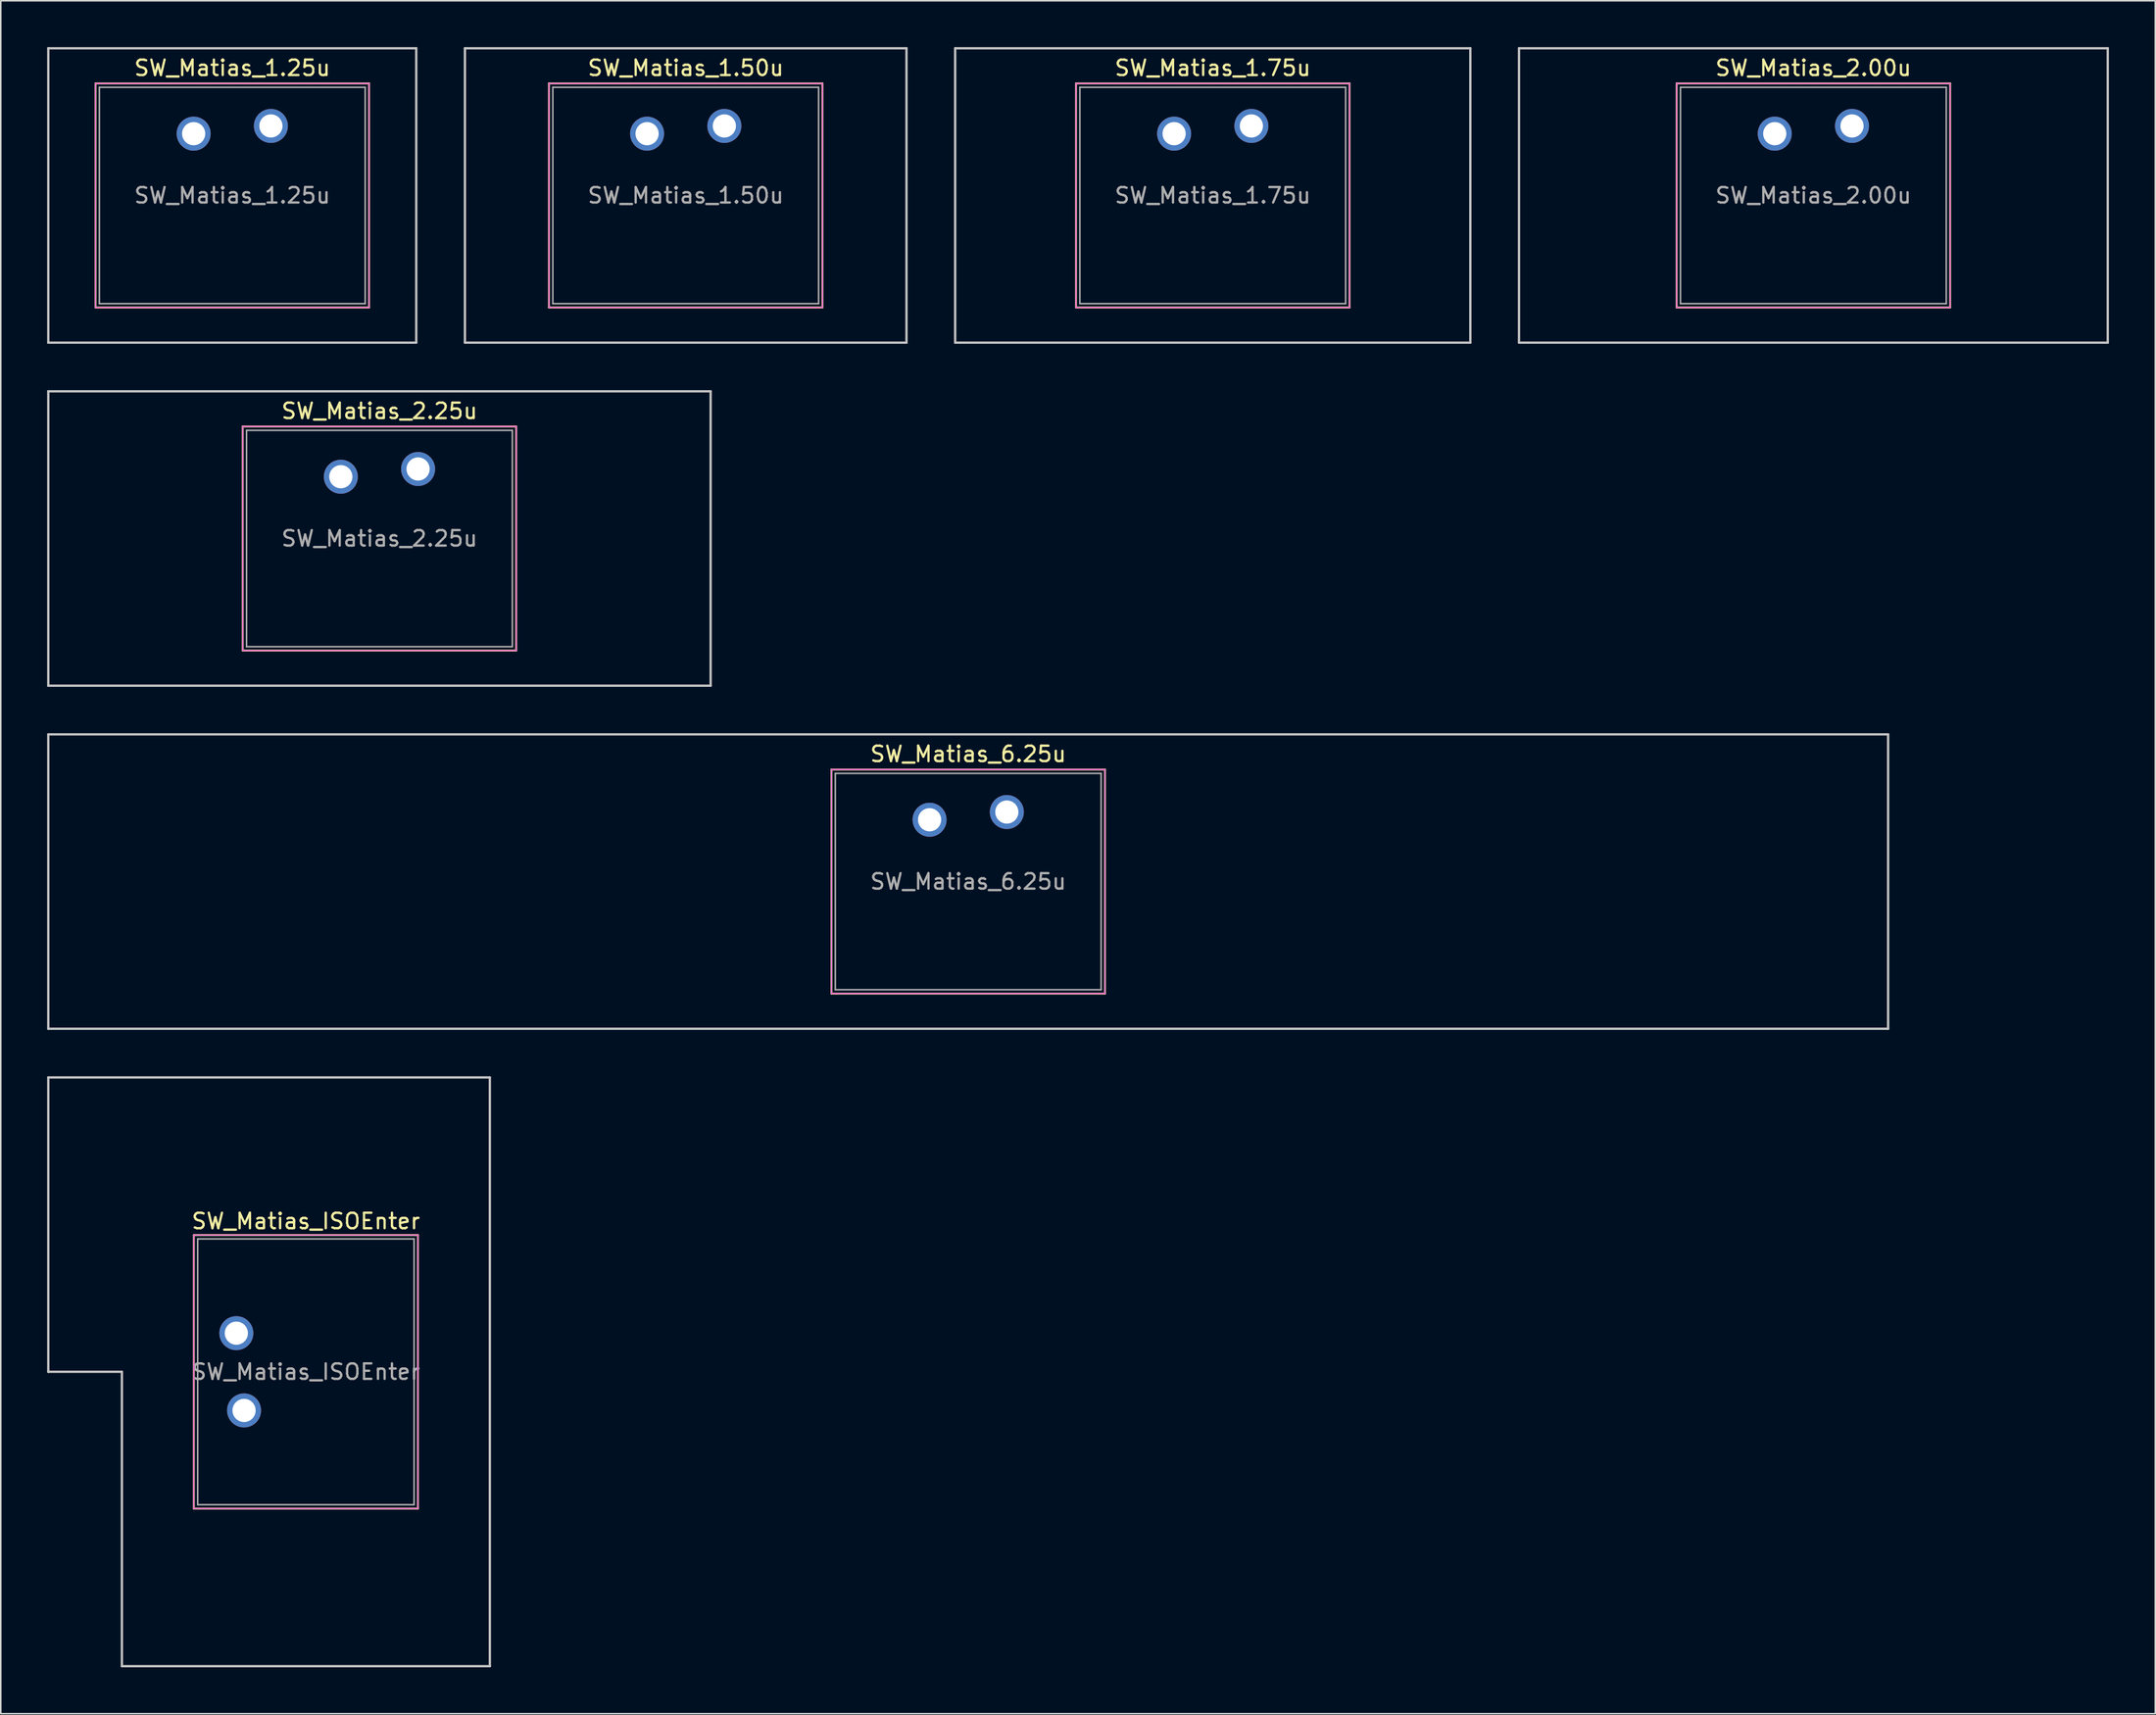
<source format=kicad_pcb>
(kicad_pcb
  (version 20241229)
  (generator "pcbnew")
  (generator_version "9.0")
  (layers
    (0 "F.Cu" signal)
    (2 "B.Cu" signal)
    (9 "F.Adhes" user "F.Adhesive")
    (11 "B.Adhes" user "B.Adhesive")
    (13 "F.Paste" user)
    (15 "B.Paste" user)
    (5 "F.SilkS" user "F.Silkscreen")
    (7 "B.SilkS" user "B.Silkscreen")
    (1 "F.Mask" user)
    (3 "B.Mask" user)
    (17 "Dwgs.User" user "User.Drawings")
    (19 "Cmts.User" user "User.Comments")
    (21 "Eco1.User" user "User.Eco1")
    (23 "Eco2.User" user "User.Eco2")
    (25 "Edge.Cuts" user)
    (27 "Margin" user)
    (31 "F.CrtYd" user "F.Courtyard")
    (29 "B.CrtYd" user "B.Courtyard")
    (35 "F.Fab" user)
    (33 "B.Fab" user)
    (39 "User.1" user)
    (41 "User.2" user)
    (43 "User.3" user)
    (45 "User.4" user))
  (footprint "SW_Matias_2.00u"
    (layer "F.Cu")
    (at 116.8 5.1)
    (property "Reference" "SW_Matias_2.00u" (at -2.5 -3.75 0) (layer "F.SilkS") (effects (font (size 1 1) (thickness 0.15))))
    (attr through_hole)
    (fp_line (start -11.35 -2.75) (end 6.35 -2.75) (stroke (width 0.12) (type solid)) (layer "F.SilkS"))
    (fp_line (start -11.35 11.75) (end -11.35 -2.75) (stroke (width 0.12) (type solid)) (layer "F.SilkS"))
    (fp_line (start 6.35 -2.75) (end 6.35 11.75) (stroke (width 0.12) (type solid)) (layer "F.SilkS"))
    (fp_line (start 6.35 11.75) (end -11.35 11.75) (stroke (width 0.12) (type solid)) (layer "F.SilkS"))
    (fp_line (start -21.55 -5.025) (end 16.55 -5.025) (stroke (width 0.15) (type solid)) (layer "Dwgs.User"))
    (fp_line (start -21.55 14.025) (end -21.55 -5.025) (stroke (width 0.15) (type solid)) (layer "Dwgs.User"))
    (fp_line (start 16.55 -5.025) (end 16.55 14.025) (stroke (width 0.15) (type solid)) (layer "Dwgs.User"))
    (fp_line (start 16.55 14.025) (end -21.55 14.025) (stroke (width 0.15) (type solid)) (layer "Dwgs.User"))
    (fp_line (start -11.35 -2.75) (end -11.35 11.75) (stroke (width 0.05) (type solid)) (layer "F.CrtYd"))
    (fp_line (start -11.35 -2.75) (end 6.35 -2.75) (stroke (width 0.05) (type solid)) (layer "F.CrtYd"))
    (fp_line (start -11.35 11.75) (end 6.35 11.75) (stroke (width 0.05) (type solid)) (layer "F.CrtYd"))
    (fp_line (start 6.35 11.75) (end 6.35 -2.75) (stroke (width 0.05) (type solid)) (layer "F.CrtYd"))
    (fp_line (start -11.1 -2.5) (end 6.1 -2.5) (stroke (width 0.1) (type solid)) (layer "F.Fab"))
    (fp_line (start -11.1 11.5) (end -11.1 -2.5) (stroke (width 0.1) (type solid)) (layer "F.Fab"))
    (fp_line (start 6.1 -2.5) (end 6.1 11.5) (stroke (width 0.1) (type solid)) (layer "F.Fab"))
    (fp_line (start 6.1 11.5) (end -11.1 11.5) (stroke (width 0.1) (type solid)) (layer "F.Fab"))
    (fp_text user "${REFERENCE}" (at -2.5 4.5 0) (layer "F.Fab") (effects (font (size 1 1) (thickness 0.15))))
    (pad "1" thru_hole circle (at 0 0) (size 2.2 2.2) (drill 1.5) (layers "*.Cu" "*.Mask"))
    (pad "2" thru_hole circle (at -5 0.5) (size 2.2 2.2) (drill 1.5) (layers "*.Cu" "*.Mask")))
  (footprint "SW_Matias_1.75u"
    (layer "F.Cu")
    (at 77.931 5.1)
    (property "Reference" "SW_Matias_1.75u" (at -2.5 -3.75 0) (layer "F.SilkS") (effects (font (size 1 1) (thickness 0.15))))
    (attr through_hole)
    (fp_line (start -11.35 -2.75) (end 6.35 -2.75) (stroke (width 0.12) (type solid)) (layer "F.SilkS"))
    (fp_line (start -11.35 11.75) (end -11.35 -2.75) (stroke (width 0.12) (type solid)) (layer "F.SilkS"))
    (fp_line (start 6.35 -2.75) (end 6.35 11.75) (stroke (width 0.12) (type solid)) (layer "F.SilkS"))
    (fp_line (start 6.35 11.75) (end -11.35 11.75) (stroke (width 0.12) (type solid)) (layer "F.SilkS"))
    (fp_line (start -19.169 -5.025) (end 14.169 -5.025) (stroke (width 0.15) (type solid)) (layer "Dwgs.User"))
    (fp_line (start -19.169 14.025) (end -19.169 -5.025) (stroke (width 0.15) (type solid)) (layer "Dwgs.User"))
    (fp_line (start 14.169 -5.025) (end 14.169 14.025) (stroke (width 0.15) (type solid)) (layer "Dwgs.User"))
    (fp_line (start 14.169 14.025) (end -19.169 14.025) (stroke (width 0.15) (type solid)) (layer "Dwgs.User"))
    (fp_line (start -11.35 -2.75) (end -11.35 11.75) (stroke (width 0.05) (type solid)) (layer "F.CrtYd"))
    (fp_line (start -11.35 -2.75) (end 6.35 -2.75) (stroke (width 0.05) (type solid)) (layer "F.CrtYd"))
    (fp_line (start -11.35 11.75) (end 6.35 11.75) (stroke (width 0.05) (type solid)) (layer "F.CrtYd"))
    (fp_line (start 6.35 11.75) (end 6.35 -2.75) (stroke (width 0.05) (type solid)) (layer "F.CrtYd"))
    (fp_line (start -11.1 -2.5) (end 6.1 -2.5) (stroke (width 0.1) (type solid)) (layer "F.Fab"))
    (fp_line (start -11.1 11.5) (end -11.1 -2.5) (stroke (width 0.1) (type solid)) (layer "F.Fab"))
    (fp_line (start 6.1 -2.5) (end 6.1 11.5) (stroke (width 0.1) (type solid)) (layer "F.Fab"))
    (fp_line (start 6.1 11.5) (end -11.1 11.5) (stroke (width 0.1) (type solid)) (layer "F.Fab"))
    (fp_text user "${REFERENCE}" (at -2.5 4.5 0) (layer "F.Fab") (effects (font (size 1 1) (thickness 0.15))))
    (pad "1" thru_hole circle (at 0 0) (size 2.2 2.2) (drill 1.5) (layers "*.Cu" "*.Mask"))
    (pad "2" thru_hole circle (at -5 0.5) (size 2.2 2.2) (drill 1.5) (layers "*.Cu" "*.Mask")))
  (footprint "SW_Matias_1.50u"
    (layer "F.Cu")
    (at 43.825 5.1)
    (property "Reference" "SW_Matias_1.50u" (at -2.5 -3.75 0) (layer "F.SilkS") (effects (font (size 1 1) (thickness 0.15))))
    (attr through_hole)
    (fp_line (start -11.35 -2.75) (end 6.35 -2.75) (stroke (width 0.12) (type solid)) (layer "F.SilkS"))
    (fp_line (start -11.35 11.75) (end -11.35 -2.75) (stroke (width 0.12) (type solid)) (layer "F.SilkS"))
    (fp_line (start 6.35 -2.75) (end 6.35 11.75) (stroke (width 0.12) (type solid)) (layer "F.SilkS"))
    (fp_line (start 6.35 11.75) (end -11.35 11.75) (stroke (width 0.12) (type solid)) (layer "F.SilkS"))
    (fp_line (start -16.788 -5.025) (end 11.787 -5.025) (stroke (width 0.15) (type solid)) (layer "Dwgs.User"))
    (fp_line (start -16.788 14.025) (end -16.788 -5.025) (stroke (width 0.15) (type solid)) (layer "Dwgs.User"))
    (fp_line (start 11.787 -5.025) (end 11.787 14.025) (stroke (width 0.15) (type solid)) (layer "Dwgs.User"))
    (fp_line (start 11.787 14.025) (end -16.788 14.025) (stroke (width 0.15) (type solid)) (layer "Dwgs.User"))
    (fp_line (start -11.35 -2.75) (end -11.35 11.75) (stroke (width 0.05) (type solid)) (layer "F.CrtYd"))
    (fp_line (start -11.35 -2.75) (end 6.35 -2.75) (stroke (width 0.05) (type solid)) (layer "F.CrtYd"))
    (fp_line (start -11.35 11.75) (end 6.35 11.75) (stroke (width 0.05) (type solid)) (layer "F.CrtYd"))
    (fp_line (start 6.35 11.75) (end 6.35 -2.75) (stroke (width 0.05) (type solid)) (layer "F.CrtYd"))
    (fp_line (start -11.1 -2.5) (end 6.1 -2.5) (stroke (width 0.1) (type solid)) (layer "F.Fab"))
    (fp_line (start -11.1 11.5) (end -11.1 -2.5) (stroke (width 0.1) (type solid)) (layer "F.Fab"))
    (fp_line (start 6.1 -2.5) (end 6.1 11.5) (stroke (width 0.1) (type solid)) (layer "F.Fab"))
    (fp_line (start 6.1 11.5) (end -11.1 11.5) (stroke (width 0.1) (type solid)) (layer "F.Fab"))
    (fp_text user "${REFERENCE}" (at -2.5 4.5 0) (layer "F.Fab") (effects (font (size 1 1) (thickness 0.15))))
    (pad "1" thru_hole circle (at 0 0) (size 2.2 2.2) (drill 1.5) (layers "*.Cu" "*.Mask"))
    (pad "2" thru_hole circle (at -5 0.5) (size 2.2 2.2) (drill 1.5) (layers "*.Cu" "*.Mask")))
  (footprint "SW_Matias_6.25u"
    (layer "F.Cu")
    (at 62.106 49.5)
    (property "Reference" "SW_Matias_6.25u" (at -2.5 -3.75 0) (layer "F.SilkS") (effects (font (size 1 1) (thickness 0.15))))
    (attr through_hole)
    (fp_line (start -11.35 -2.75) (end 6.35 -2.75) (stroke (width 0.12) (type solid)) (layer "F.SilkS"))
    (fp_line (start -11.35 11.75) (end -11.35 -2.75) (stroke (width 0.12) (type solid)) (layer "F.SilkS"))
    (fp_line (start 6.35 -2.75) (end 6.35 11.75) (stroke (width 0.12) (type solid)) (layer "F.SilkS"))
    (fp_line (start 6.35 11.75) (end -11.35 11.75) (stroke (width 0.12) (type solid)) (layer "F.SilkS"))
    (fp_line (start -62.031 -5.025) (end 57.031 -5.025) (stroke (width 0.15) (type solid)) (layer "Dwgs.User"))
    (fp_line (start -62.031 14.025) (end -62.031 -5.025) (stroke (width 0.15) (type solid)) (layer "Dwgs.User"))
    (fp_line (start 57.031 -5.025) (end 57.031 14.025) (stroke (width 0.15) (type solid)) (layer "Dwgs.User"))
    (fp_line (start 57.031 14.025) (end -62.031 14.025) (stroke (width 0.15) (type solid)) (layer "Dwgs.User"))
    (fp_line (start -11.35 -2.75) (end -11.35 11.75) (stroke (width 0.05) (type solid)) (layer "F.CrtYd"))
    (fp_line (start -11.35 -2.75) (end 6.35 -2.75) (stroke (width 0.05) (type solid)) (layer "F.CrtYd"))
    (fp_line (start -11.35 11.75) (end 6.35 11.75) (stroke (width 0.05) (type solid)) (layer "F.CrtYd"))
    (fp_line (start 6.35 11.75) (end 6.35 -2.75) (stroke (width 0.05) (type solid)) (layer "F.CrtYd"))
    (fp_line (start -11.1 -2.5) (end 6.1 -2.5) (stroke (width 0.1) (type solid)) (layer "F.Fab"))
    (fp_line (start -11.1 11.5) (end -11.1 -2.5) (stroke (width 0.1) (type solid)) (layer "F.Fab"))
    (fp_line (start 6.1 -2.5) (end 6.1 11.5) (stroke (width 0.1) (type solid)) (layer "F.Fab"))
    (fp_line (start 6.1 11.5) (end -11.1 11.5) (stroke (width 0.1) (type solid)) (layer "F.Fab"))
    (fp_text user "${REFERENCE}" (at -2.5 4.5 0) (layer "F.Fab") (effects (font (size 1 1) (thickness 0.15))))
    (pad "1" thru_hole circle (at 0 0) (size 2.2 2.2) (drill 1.5) (layers "*.Cu" "*.Mask"))
    (pad "2" thru_hole circle (at -5 0.5) (size 2.2 2.2) (drill 1.5) (layers "*.Cu" "*.Mask")))
  (footprint "SW_Matias_ISOEnter"
    (layer "F.Cu")
    (at 12.244 83.225)
    (property "Reference" "SW_Matias_ISOEnter" (at 4.5 -7.25 0) (layer "F.SilkS") (effects (font (size 1 1) (thickness 0.15))))
    (attr through_hole)
    (fp_line (start -2.75 -6.35) (end 11.75 -6.35) (stroke (width 0.12) (type solid)) (layer "F.SilkS"))
    (fp_line (start -2.75 11.35) (end -2.75 -6.35) (stroke (width 0.12) (type solid)) (layer "F.SilkS"))
    (fp_line (start 11.75 -6.35) (end 11.75 11.35) (stroke (width 0.12) (type solid)) (layer "F.SilkS"))
    (fp_line (start 11.75 11.35) (end -2.75 11.35) (stroke (width 0.12) (type solid)) (layer "F.SilkS"))
    (fp_line (start -12.169 -16.55) (end -12.169 2.5) (stroke (width 0.15) (type solid)) (layer "Dwgs.User"))
    (fp_line (start -12.169 -16.55) (end 16.406 -16.55) (stroke (width 0.15) (type solid)) (layer "Dwgs.User"))
    (fp_line (start -12.169 2.5) (end -7.406 2.5) (stroke (width 0.15) (type solid)) (layer "Dwgs.User"))
    (fp_line (start -7.406 21.55) (end -7.406 2.5) (stroke (width 0.15) (type solid)) (layer "Dwgs.User"))
    (fp_line (start 16.406 -16.55) (end 16.406 21.55) (stroke (width 0.15) (type solid)) (layer "Dwgs.User"))
    (fp_line (start 16.406 21.55) (end -7.406 21.55) (stroke (width 0.15) (type solid)) (layer "Dwgs.User"))
    (fp_line (start -2.75 11.35) (end -2.75 -6.35) (stroke (width 0.05) (type solid)) (layer "F.CrtYd"))
    (fp_line (start -2.75 11.35) (end 11.75 11.35) (stroke (width 0.05) (type solid)) (layer "F.CrtYd"))
    (fp_line (start 11.75 -6.35) (end -2.75 -6.35) (stroke (width 0.05) (type solid)) (layer "F.CrtYd"))
    (fp_line (start 11.75 11.35) (end 11.75 -6.35) (stroke (width 0.05) (type solid)) (layer "F.CrtYd"))
    (fp_line (start -2.5 -6.1) (end 11.5 -6.1) (stroke (width 0.1) (type solid)) (layer "F.Fab"))
    (fp_line (start -2.5 11.1) (end -2.5 -6.1) (stroke (width 0.1) (type solid)) (layer "F.Fab"))
    (fp_line (start 11.5 -6.1) (end 11.5 11.1) (stroke (width 0.1) (type solid)) (layer "F.Fab"))
    (fp_line (start 11.5 11.1) (end -2.5 11.1) (stroke (width 0.1) (type solid)) (layer "F.Fab"))
    (fp_text user "${REFERENCE}" (at 4.5 2.5 180) (layer "F.Fab") (effects (font (size 1 1) (thickness 0.15))))
    (pad "1" thru_hole circle (at 0 0) (size 2.2 2.2) (drill 1.5) (layers "*.Cu" "*.Mask"))
    (pad "2" thru_hole circle (at 0.5 5) (size 2.2 2.2) (drill 1.5) (layers "*.Cu" "*.Mask")))
  (footprint "SW_Matias_1.25u"
    (layer "F.Cu")
    (at 14.481 5.1)
    (property "Reference" "SW_Matias_1.25u" (at -2.5 -3.75 0) (layer "F.SilkS") (effects (font (size 1 1) (thickness 0.15))))
    (attr through_hole)
    (fp_line (start -11.35 -2.75) (end 6.35 -2.75) (stroke (width 0.12) (type solid)) (layer "F.SilkS"))
    (fp_line (start -11.35 11.75) (end -11.35 -2.75) (stroke (width 0.12) (type solid)) (layer "F.SilkS"))
    (fp_line (start 6.35 -2.75) (end 6.35 11.75) (stroke (width 0.12) (type solid)) (layer "F.SilkS"))
    (fp_line (start 6.35 11.75) (end -11.35 11.75) (stroke (width 0.12) (type solid)) (layer "F.SilkS"))
    (fp_line (start -14.406 -5.025) (end 9.406 -5.025) (stroke (width 0.15) (type solid)) (layer "Dwgs.User"))
    (fp_line (start -14.406 14.025) (end -14.406 -5.025) (stroke (width 0.15) (type solid)) (layer "Dwgs.User"))
    (fp_line (start 9.406 -5.025) (end 9.406 14.025) (stroke (width 0.15) (type solid)) (layer "Dwgs.User"))
    (fp_line (start 9.406 14.025) (end -14.406 14.025) (stroke (width 0.15) (type solid)) (layer "Dwgs.User"))
    (fp_line (start -11.35 -2.75) (end -11.35 11.75) (stroke (width 0.05) (type solid)) (layer "F.CrtYd"))
    (fp_line (start -11.35 -2.75) (end 6.35 -2.75) (stroke (width 0.05) (type solid)) (layer "F.CrtYd"))
    (fp_line (start -11.35 11.75) (end 6.35 11.75) (stroke (width 0.05) (type solid)) (layer "F.CrtYd"))
    (fp_line (start 6.35 11.75) (end 6.35 -2.75) (stroke (width 0.05) (type solid)) (layer "F.CrtYd"))
    (fp_line (start -11.1 -2.5) (end 6.1 -2.5) (stroke (width 0.1) (type solid)) (layer "F.Fab"))
    (fp_line (start -11.1 11.5) (end -11.1 -2.5) (stroke (width 0.1) (type solid)) (layer "F.Fab"))
    (fp_line (start 6.1 -2.5) (end 6.1 11.5) (stroke (width 0.1) (type solid)) (layer "F.Fab"))
    (fp_line (start 6.1 11.5) (end -11.1 11.5) (stroke (width 0.1) (type solid)) (layer "F.Fab"))
    (fp_text user "${REFERENCE}" (at -2.5 4.5 0) (layer "F.Fab") (effects (font (size 1 1) (thickness 0.15))))
    (pad "1" thru_hole circle (at 0 0) (size 2.2 2.2) (drill 1.5) (layers "*.Cu" "*.Mask"))
    (pad "2" thru_hole circle (at -5 0.5) (size 2.2 2.2) (drill 1.5) (layers "*.Cu" "*.Mask")))
  (footprint "SW_Matias_2.25u"
    (layer "F.Cu")
    (at 24.006 27.3)
    (property "Reference" "SW_Matias_2.25u" (at -2.5 -3.75 0) (layer "F.SilkS") (effects (font (size 1 1) (thickness 0.15))))
    (attr through_hole)
    (fp_line (start -11.35 -2.75) (end 6.35 -2.75) (stroke (width 0.12) (type solid)) (layer "F.SilkS"))
    (fp_line (start -11.35 11.75) (end -11.35 -2.75) (stroke (width 0.12) (type solid)) (layer "F.SilkS"))
    (fp_line (start 6.35 -2.75) (end 6.35 11.75) (stroke (width 0.12) (type solid)) (layer "F.SilkS"))
    (fp_line (start 6.35 11.75) (end -11.35 11.75) (stroke (width 0.12) (type solid)) (layer "F.SilkS"))
    (fp_line (start -23.931 -5.025) (end 18.931 -5.025) (stroke (width 0.15) (type solid)) (layer "Dwgs.User"))
    (fp_line (start -23.931 14.025) (end -23.931 -5.025) (stroke (width 0.15) (type solid)) (layer "Dwgs.User"))
    (fp_line (start 18.931 -5.025) (end 18.931 14.025) (stroke (width 0.15) (type solid)) (layer "Dwgs.User"))
    (fp_line (start 18.931 14.025) (end -23.931 14.025) (stroke (width 0.15) (type solid)) (layer "Dwgs.User"))
    (fp_line (start -11.35 -2.75) (end -11.35 11.75) (stroke (width 0.05) (type solid)) (layer "F.CrtYd"))
    (fp_line (start -11.35 -2.75) (end 6.35 -2.75) (stroke (width 0.05) (type solid)) (layer "F.CrtYd"))
    (fp_line (start -11.35 11.75) (end 6.35 11.75) (stroke (width 0.05) (type solid)) (layer "F.CrtYd"))
    (fp_line (start 6.35 11.75) (end 6.35 -2.75) (stroke (width 0.05) (type solid)) (layer "F.CrtYd"))
    (fp_line (start -11.1 -2.5) (end 6.1 -2.5) (stroke (width 0.1) (type solid)) (layer "F.Fab"))
    (fp_line (start -11.1 11.5) (end -11.1 -2.5) (stroke (width 0.1) (type solid)) (layer "F.Fab"))
    (fp_line (start 6.1 -2.5) (end 6.1 11.5) (stroke (width 0.1) (type solid)) (layer "F.Fab"))
    (fp_line (start 6.1 11.5) (end -11.1 11.5) (stroke (width 0.1) (type solid)) (layer "F.Fab"))
    (fp_text user "${REFERENCE}" (at -2.5 4.5 0) (layer "F.Fab") (effects (font (size 1 1) (thickness 0.15))))
    (pad "1" thru_hole circle (at 0 0) (size 2.2 2.2) (drill 1.5) (layers "*.Cu" "*.Mask"))
    (pad "2" thru_hole circle (at -5 0.5) (size 2.2 2.2) (drill 1.5) (layers "*.Cu" "*.Mask")))
  (gr_rect
    (start -3 -3)
    (end 136.425 107.85)
    (stroke (width 0.1) (type default))
    (fill no)
    (layer "Edge.Cuts")))
</source>
